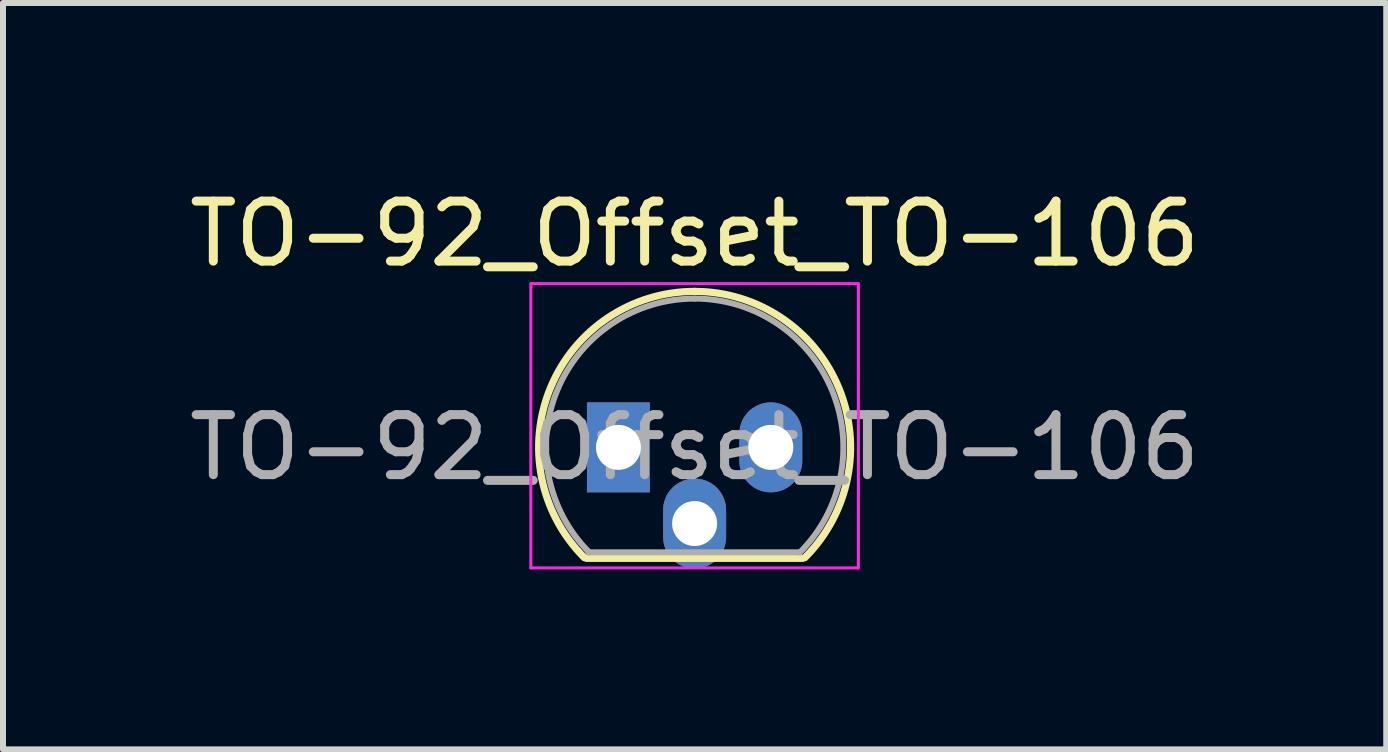
<source format=kicad_pcb>
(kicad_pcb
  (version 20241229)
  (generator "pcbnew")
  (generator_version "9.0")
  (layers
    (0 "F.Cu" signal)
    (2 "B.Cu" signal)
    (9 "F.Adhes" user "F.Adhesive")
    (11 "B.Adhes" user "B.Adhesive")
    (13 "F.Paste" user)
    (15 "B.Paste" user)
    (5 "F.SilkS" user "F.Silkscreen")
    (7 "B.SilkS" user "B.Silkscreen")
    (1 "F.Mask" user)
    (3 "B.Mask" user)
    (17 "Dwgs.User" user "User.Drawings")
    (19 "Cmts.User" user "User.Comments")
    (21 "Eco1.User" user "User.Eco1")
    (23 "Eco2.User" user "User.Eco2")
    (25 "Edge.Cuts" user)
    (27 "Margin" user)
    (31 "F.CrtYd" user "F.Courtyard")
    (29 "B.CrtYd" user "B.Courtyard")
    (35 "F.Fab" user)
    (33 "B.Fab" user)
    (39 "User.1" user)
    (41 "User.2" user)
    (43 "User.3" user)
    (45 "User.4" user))
  (footprint "TO-92_Offset_TO-106"
    (layer "F.Cu")
    (at 7.26 4.408)
    (property "Reference" "TO-92_Offset_TO-106" (at 1.27 -3.56 0) (layer "F.SilkS") (effects (font (size 1 1) (thickness 0.15))))
    (attr through_hole)
    (fp_line (start -0.53 1.85) (end 3.07 1.85) (stroke (width 0.12) (type solid)) (layer "F.SilkS"))
    (fp_arc (start -0.568478 1.838478) (mid -1.132087 -0.994977) (end 1.27 -2.6) (stroke (width 0.12) (type solid)) (layer "F.SilkS"))
    (fp_arc (start 1.27 -2.6) (mid 3.672087 -0.994977) (end 3.108478 1.838478) (stroke (width 0.12) (type solid)) (layer "F.SilkS"))
    (fp_line (start -1.46 -2.73) (end -1.46 2.01) (stroke (width 0.05) (type solid)) (layer "F.CrtYd"))
    (fp_line (start -1.46 -2.73) (end 4 -2.73) (stroke (width 0.05) (type solid)) (layer "F.CrtYd"))
    (fp_line (start 4 2.01) (end -1.46 2.01) (stroke (width 0.05) (type solid)) (layer "F.CrtYd"))
    (fp_line (start 4 2.01) (end 4 -2.73) (stroke (width 0.05) (type solid)) (layer "F.CrtYd"))
    (fp_line (start -0.5 1.75) (end 3 1.75) (stroke (width 0.1) (type solid)) (layer "F.Fab"))
    (fp_arc (start -0.483625 1.753625) (mid -1.021221 -0.949055) (end 1.27 -2.48) (stroke (width 0.1) (type solid)) (layer "F.Fab"))
    (fp_arc (start 1.27 -2.48) (mid 3.561221 -0.949055) (end 3.023625 1.753625) (stroke (width 0.1) (type solid)) (layer "F.Fab"))
    (fp_text user "${REFERENCE}" (at 1.27 0 0) (layer "F.Fab") (effects (font (size 1 1) (thickness 0.15))))
    (pad "1" thru_hole rect (at 0 0) (size 1.05 1.5) (drill 0.75) (layers "*.Cu" "*.Mask"))
    (pad "2" thru_hole oval (at 1.27 1.27) (size 1.05 1.5) (drill 0.75) (layers "*.Cu" "*.Mask"))
    (pad "3" thru_hole oval (at 2.54 0) (size 1.05 1.5) (drill 0.75) (layers "*.Cu" "*.Mask")))
  (gr_rect
    (start -3 -3)
    (end 20.06 9.443)
    (stroke (width 0.1) (type default))
    (fill no)
    (layer "Edge.Cuts")))
</source>
